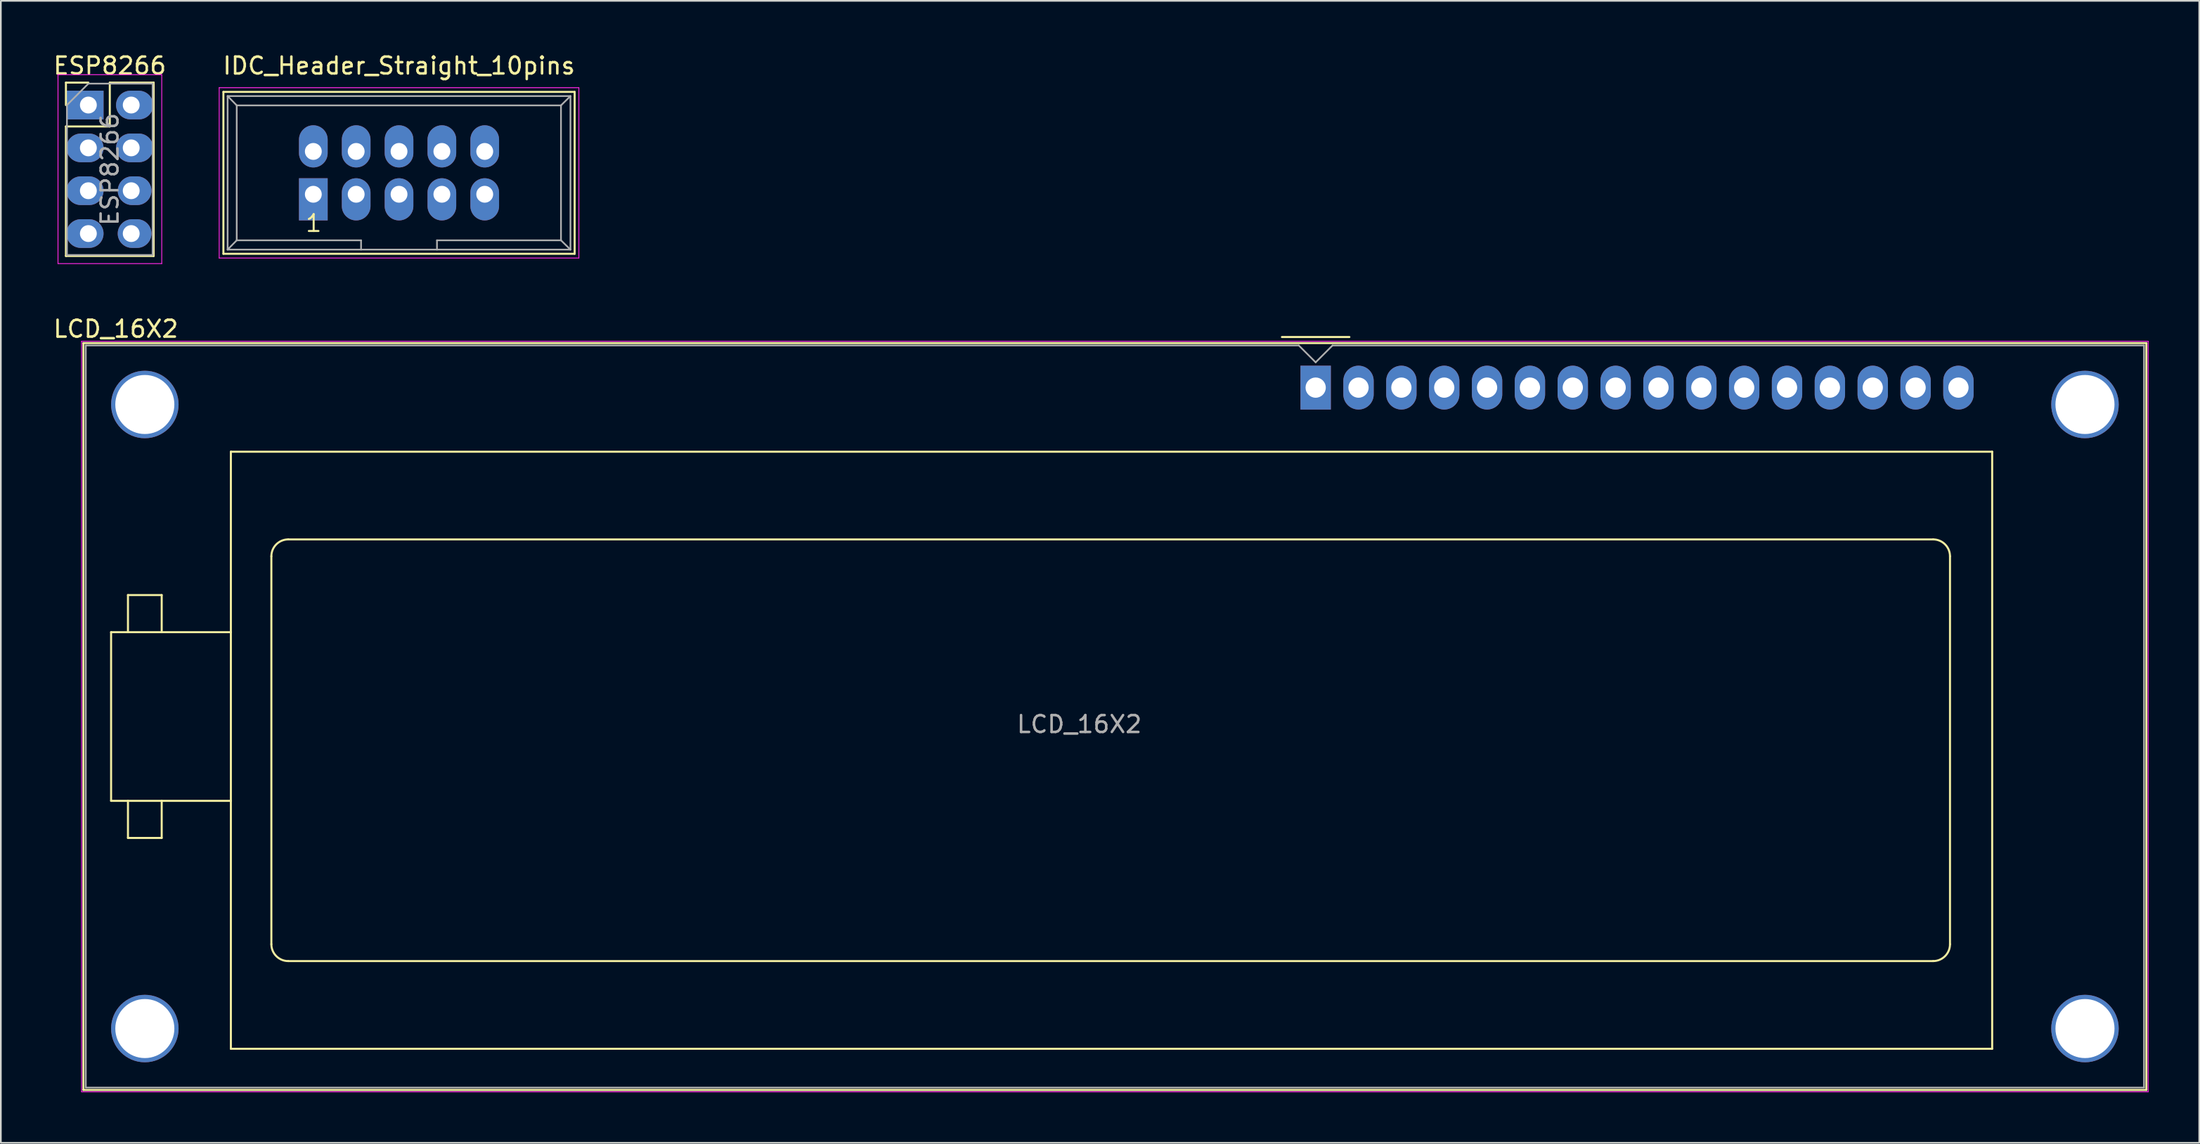
<source format=kicad_pcb>
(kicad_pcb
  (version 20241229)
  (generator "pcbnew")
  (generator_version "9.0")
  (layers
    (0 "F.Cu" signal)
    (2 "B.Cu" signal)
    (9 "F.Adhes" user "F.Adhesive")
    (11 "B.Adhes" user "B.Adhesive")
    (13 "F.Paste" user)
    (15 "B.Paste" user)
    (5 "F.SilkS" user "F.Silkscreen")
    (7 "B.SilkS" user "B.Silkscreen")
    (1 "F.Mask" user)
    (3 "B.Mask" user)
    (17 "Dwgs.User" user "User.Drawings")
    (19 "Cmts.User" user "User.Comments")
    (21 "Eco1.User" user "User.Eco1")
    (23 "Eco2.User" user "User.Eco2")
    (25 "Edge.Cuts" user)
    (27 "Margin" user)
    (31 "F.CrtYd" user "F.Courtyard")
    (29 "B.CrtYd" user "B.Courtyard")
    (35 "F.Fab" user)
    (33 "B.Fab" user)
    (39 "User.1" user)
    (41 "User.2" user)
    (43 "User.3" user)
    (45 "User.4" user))
  (footprint "LCD_16X2"
    (layer "F.Cu")
    (at 74.935 19.931)
    (property "Reference" "LCD_16X2" (at -71.12 -3.48 0) (layer "F.SilkS") (effects (font (size 1 1) (thickness 0.15))))
    (attr through_hole)
    (fp_line (start -73.04 -2.64) (end -73.04 41.64) (stroke (width 0.12) (type solid)) (layer "F.SilkS"))
    (fp_line (start -73.04 -2.64) (end 49.24 -2.64) (stroke (width 0.12) (type solid)) (layer "F.SilkS"))
    (fp_line (start -71.4 14.5) (end -64.3 14.5) (stroke (width 0.12) (type solid)) (layer "F.SilkS"))
    (fp_line (start -71.4 24.5) (end -71.4 14.5) (stroke (width 0.12) (type solid)) (layer "F.SilkS"))
    (fp_line (start -70.4 12.3) (end -70.4 14.5) (stroke (width 0.12) (type solid)) (layer "F.SilkS"))
    (fp_line (start -70.4 26.7) (end -70.4 24.5) (stroke (width 0.12) (type solid)) (layer "F.SilkS"))
    (fp_line (start -68.4 12.3) (end -70.4 12.3) (stroke (width 0.12) (type solid)) (layer "F.SilkS"))
    (fp_line (start -68.4 14.5) (end -68.4 12.3) (stroke (width 0.12) (type solid)) (layer "F.SilkS"))
    (fp_line (start -68.4 24.5) (end -68.4 26.7) (stroke (width 0.12) (type solid)) (layer "F.SilkS"))
    (fp_line (start -68.4 26.7) (end -70.4 26.7) (stroke (width 0.12) (type solid)) (layer "F.SilkS"))
    (fp_line (start -64.3 3.8) (end 40.1 3.8) (stroke (width 0.12) (type solid)) (layer "F.SilkS"))
    (fp_line (start -64.3 24.5) (end -71.4 24.5) (stroke (width 0.12) (type solid)) (layer "F.SilkS"))
    (fp_line (start -64.3 39.2) (end -64.3 3.8) (stroke (width 0.12) (type solid)) (layer "F.SilkS"))
    (fp_line (start -61.9 33) (end -61.9 10) (stroke (width 0.12) (type solid)) (layer "F.SilkS"))
    (fp_line (start -60.9 9) (end 36.6 9) (stroke (width 0.12) (type solid)) (layer "F.SilkS"))
    (fp_line (start -2 -3) (end 2 -3) (stroke (width 0.12) (type solid)) (layer "F.SilkS"))
    (fp_line (start 36.6 34) (end -60.9 34) (stroke (width 0.12) (type solid)) (layer "F.SilkS"))
    (fp_line (start 37.6 10) (end 37.6 33) (stroke (width 0.12) (type solid)) (layer "F.SilkS"))
    (fp_line (start 40.1 3.8) (end 40.1 39.2) (stroke (width 0.12) (type solid)) (layer "F.SilkS"))
    (fp_line (start 40.1 39.2) (end -64.3 39.2) (stroke (width 0.12) (type solid)) (layer "F.SilkS"))
    (fp_line (start 49.24 -2.64) (end 49.24 41.64) (stroke (width 0.12) (type solid)) (layer "F.SilkS"))
    (fp_line (start 49.24 41.64) (end -73.04 41.64) (stroke (width 0.12) (type solid)) (layer "F.SilkS"))
    (fp_arc (start -61.9 10) (mid -61.607107 9.292893) (end -60.9 9) (stroke (width 0.12) (type solid)) (layer "F.SilkS"))
    (fp_arc (start -60.9 34) (mid -61.607107 33.707107) (end -61.9 33) (stroke (width 0.12) (type solid)) (layer "F.SilkS"))
    (fp_arc (start 36.6 9) (mid 37.307107 9.292893) (end 37.6 10) (stroke (width 0.12) (type solid)) (layer "F.SilkS"))
    (fp_arc (start 37.6 33) (mid 37.307107 33.707107) (end 36.6 34) (stroke (width 0.12) (type solid)) (layer "F.SilkS"))
    (fp_line (start -73.15 -2.75) (end -73.15 41.75) (stroke (width 0.05) (type solid)) (layer "F.CrtYd"))
    (fp_line (start -73.15 -2.75) (end 49.35 -2.75) (stroke (width 0.05) (type solid)) (layer "F.CrtYd"))
    (fp_line (start -73.15 41.75) (end 49.35 41.75) (stroke (width 0.05) (type solid)) (layer "F.CrtYd"))
    (fp_line (start 49.35 -2.75) (end 49.35 41.75) (stroke (width 0.05) (type solid)) (layer "F.CrtYd"))
    (fp_line (start -72.9 -2.5) (end -72.9 41.5) (stroke (width 0.1) (type solid)) (layer "F.Fab"))
    (fp_line (start -72.9 41.5) (end 49.1 41.5) (stroke (width 0.1) (type solid)) (layer "F.Fab"))
    (fp_line (start -1 -2.5) (end -72.9 -2.5) (stroke (width 0.1) (type solid)) (layer "F.Fab"))
    (fp_line (start 0 -1.5) (end -1 -2.5) (stroke (width 0.1) (type solid)) (layer "F.Fab"))
    (fp_line (start 1 -2.5) (end 0 -1.5) (stroke (width 0.1) (type solid)) (layer "F.Fab"))
    (fp_line (start 49.1 -2.5) (end 1 -2.5) (stroke (width 0.1) (type solid)) (layer "F.Fab"))
    (fp_line (start 49.1 41.5) (end 49.1 -2.5) (stroke (width 0.1) (type solid)) (layer "F.Fab"))
    (fp_text user "${REFERENCE}" (at -14.01 19.96 0) (layer "F.Fab") (effects (font (size 1 1) (thickness 0.15))))
    (pad "" thru_hole circle (at -69.4 1.001 180) (size 4 4) (drill 3.5) (layers "*.Cu" "*.Mask"))
    (pad "" thru_hole circle (at -69.4 38.001 180) (size 4 4) (drill 3.5) (layers "*.Cu" "*.Mask"))
    (pad "" thru_hole circle (at 45.601 1.001 180) (size 4 4) (drill 3.5) (layers "*.Cu" "*.Mask"))
    (pad "" thru_hole circle (at 45.601 38.001 180) (size 4 4) (drill 3.5) (layers "*.Cu" "*.Mask"))
    (pad "1" thru_hole rect (at 0 0 180) (size 1.8 2.6) (drill 1.2) (layers "*.Cu" "*.Mask"))
    (pad "2" thru_hole oval (at 2.54 0 180) (size 1.8 2.6) (drill 1.2) (layers "*.Cu" "*.Mask"))
    (pad "3" thru_hole oval (at 5.08 0 180) (size 1.8 2.6) (drill 1.2) (layers "*.Cu" "*.Mask"))
    (pad "4" thru_hole oval (at 7.62 0 180) (size 1.8 2.6) (drill 1.2) (layers "*.Cu" "*.Mask"))
    (pad "5" thru_hole oval (at 10.16 0 180) (size 1.8 2.6) (drill 1.2) (layers "*.Cu" "*.Mask"))
    (pad "6" thru_hole oval (at 12.7 0 180) (size 1.8 2.6) (drill 1.2) (layers "*.Cu" "*.Mask"))
    (pad "7" thru_hole oval (at 15.24 0 180) (size 1.8 2.6) (drill 1.2) (layers "*.Cu" "*.Mask"))
    (pad "8" thru_hole oval (at 17.78 0 180) (size 1.8 2.6) (drill 1.2) (layers "*.Cu" "*.Mask"))
    (pad "9" thru_hole oval (at 20.32 0 180) (size 1.8 2.6) (drill 1.2) (layers "*.Cu" "*.Mask"))
    (pad "10" thru_hole oval (at 22.86 0 180) (size 1.8 2.6) (drill 1.2) (layers "*.Cu" "*.Mask"))
    (pad "11" thru_hole oval (at 25.4 0 180) (size 1.8 2.6) (drill 1.2) (layers "*.Cu" "*.Mask"))
    (pad "12" thru_hole oval (at 27.94 0 180) (size 1.8 2.6) (drill 1.2) (layers "*.Cu" "*.Mask"))
    (pad "13" thru_hole oval (at 30.48 0 180) (size 1.8 2.6) (drill 1.2) (layers "*.Cu" "*.Mask"))
    (pad "14" thru_hole oval (at 33.02 0 180) (size 1.8 2.6) (drill 1.2) (layers "*.Cu" "*.Mask"))
    (pad "15" thru_hole oval (at 35.56 0 180) (size 1.8 2.6) (drill 1.2) (layers "*.Cu" "*.Mask"))
    (pad "16" thru_hole oval (at 38.1 0 180) (size 1.8 2.6) (drill 1.2) (layers "*.Cu" "*.Mask")))
  (footprint "IDC_Header_Straight_10pins"
    (layer "F.Cu")
    (at 15.522 8.468)
    (property "Reference" "IDC_Header_Straight_10pins" (at 5.08 -7.62 0) (layer "F.SilkS") (effects (font (size 1 1) (thickness 0.15))))
    (attr through_hole)
    (fp_line (start -5.33 -6.07) (end 15.49 -6.07) (stroke (width 0.12) (type solid)) (layer "F.SilkS"))
    (fp_line (start -5.33 3.53) (end -5.33 -6.07) (stroke (width 0.12) (type solid)) (layer "F.SilkS"))
    (fp_line (start 15.49 -6.07) (end 15.49 3.53) (stroke (width 0.12) (type solid)) (layer "F.SilkS"))
    (fp_line (start 15.49 3.53) (end -5.33 3.53) (stroke (width 0.12) (type solid)) (layer "F.SilkS"))
    (fp_line (start -5.58 -6.32) (end 15.74 -6.32) (stroke (width 0.05) (type solid)) (layer "F.CrtYd"))
    (fp_line (start -5.58 3.78) (end -5.58 -6.32) (stroke (width 0.05) (type solid)) (layer "F.CrtYd"))
    (fp_line (start 15.74 -6.32) (end 15.74 3.78) (stroke (width 0.05) (type solid)) (layer "F.CrtYd"))
    (fp_line (start 15.74 3.78) (end -5.58 3.78) (stroke (width 0.05) (type solid)) (layer "F.CrtYd"))
    (fp_line (start -5.08 -5.82) (end -5.08 3.28) (stroke (width 0.1) (type solid)) (layer "F.Fab"))
    (fp_line (start -5.08 -5.82) (end -4.54 -5.27) (stroke (width 0.1) (type solid)) (layer "F.Fab"))
    (fp_line (start -5.08 -5.82) (end 15.24 -5.82) (stroke (width 0.1) (type solid)) (layer "F.Fab"))
    (fp_line (start -5.08 3.28) (end -4.54 2.73) (stroke (width 0.1) (type solid)) (layer "F.Fab"))
    (fp_line (start -5.08 3.28) (end 15.24 3.28) (stroke (width 0.1) (type solid)) (layer "F.Fab"))
    (fp_line (start -4.54 -5.27) (end -4.54 2.73) (stroke (width 0.1) (type solid)) (layer "F.Fab"))
    (fp_line (start -4.54 -5.27) (end 14.68 -5.27) (stroke (width 0.1) (type solid)) (layer "F.Fab"))
    (fp_line (start -4.54 2.73) (end 2.83 2.73) (stroke (width 0.1) (type solid)) (layer "F.Fab"))
    (fp_line (start 2.83 2.73) (end 2.83 3.28) (stroke (width 0.1) (type solid)) (layer "F.Fab"))
    (fp_line (start 7.33 2.73) (end 7.33 3.28) (stroke (width 0.1) (type solid)) (layer "F.Fab"))
    (fp_line (start 7.33 2.73) (end 14.68 2.73) (stroke (width 0.1) (type solid)) (layer "F.Fab"))
    (fp_line (start 14.68 -5.27) (end 14.68 2.73) (stroke (width 0.1) (type solid)) (layer "F.Fab"))
    (fp_line (start 15.24 -5.82) (end 14.68 -5.27) (stroke (width 0.1) (type solid)) (layer "F.Fab"))
    (fp_line (start 15.24 -5.82) (end 15.24 3.28) (stroke (width 0.1) (type solid)) (layer "F.Fab"))
    (fp_line (start 15.24 3.28) (end 14.68 2.73) (stroke (width 0.1) (type solid)) (layer "F.Fab"))
    (fp_text user "1" (at 0.02 1.72 0) (layer "F.SilkS") (effects (font (size 1 1) (thickness 0.12))))
    (pad "1" thru_hole rect (at 0 0) (size 1.7 2.5) (drill 1 (offset 0 0.3)) (layers "*.Cu" "*.Mask"))
    (pad "2" thru_hole oval (at 0 -2.54) (size 1.7 2.5) (drill 1 (offset 0 -0.3)) (layers "*.Cu" "*.Mask"))
    (pad "3" thru_hole oval (at 2.54 0) (size 1.7 2.5) (drill 1 (offset 0 0.3)) (layers "*.Cu" "*.Mask"))
    (pad "4" thru_hole oval (at 2.54 -2.54) (size 1.7 2.5) (drill 1 (offset 0 -0.3)) (layers "*.Cu" "*.Mask"))
    (pad "5" thru_hole oval (at 5.08 0) (size 1.7 2.5) (drill 1 (offset 0 0.3)) (layers "*.Cu" "*.Mask"))
    (pad "6" thru_hole oval (at 5.08 -2.54) (size 1.7 2.5) (drill 1 (offset 0 -0.3)) (layers "*.Cu" "*.Mask"))
    (pad "7" thru_hole oval (at 7.62 0) (size 1.7 2.5) (drill 1 (offset 0 0.3)) (layers "*.Cu" "*.Mask"))
    (pad "8" thru_hole oval (at 7.62 -2.54) (size 1.7 2.5) (drill 1 (offset 0 -0.3)) (layers "*.Cu" "*.Mask"))
    (pad "9" thru_hole oval (at 10.16 0) (size 1.7 2.5) (drill 1 (offset 0 0.3)) (layers "*.Cu" "*.Mask"))
    (pad "10" thru_hole oval (at 10.16 -2.54) (size 1.7 2.5) (drill 1 (offset 0 -0.3)) (layers "*.Cu" "*.Mask")))
  (footprint "ESP8266"
    (layer "F.Cu")
    (at 2.188 3.178)
    (property "Reference" "ESP8266" (at 1.27 -2.33 0) (layer "F.SilkS") (effects (font (size 1 1) (thickness 0.15))))
    (attr through_hole)
    (fp_line (start -1.33 -1.33) (end 0 -1.33) (stroke (width 0.12) (type solid)) (layer "F.SilkS"))
    (fp_line (start -1.33 0) (end -1.33 -1.33) (stroke (width 0.12) (type solid)) (layer "F.SilkS"))
    (fp_line (start -1.33 1.27) (end -1.33 8.95) (stroke (width 0.12) (type solid)) (layer "F.SilkS"))
    (fp_line (start -1.33 1.27) (end 1.27 1.27) (stroke (width 0.12) (type solid)) (layer "F.SilkS"))
    (fp_line (start -1.33 8.95) (end 3.87 8.95) (stroke (width 0.12) (type solid)) (layer "F.SilkS"))
    (fp_line (start 1.27 -1.33) (end 3.87 -1.33) (stroke (width 0.12) (type solid)) (layer "F.SilkS"))
    (fp_line (start 1.27 1.27) (end 1.27 -1.33) (stroke (width 0.12) (type solid)) (layer "F.SilkS"))
    (fp_line (start 3.87 -1.33) (end 3.87 8.95) (stroke (width 0.12) (type solid)) (layer "F.SilkS"))
    (fp_line (start -1.8 -1.8) (end -1.8 9.4) (stroke (width 0.05) (type solid)) (layer "F.CrtYd"))
    (fp_line (start -1.8 9.4) (end 4.35 9.4) (stroke (width 0.05) (type solid)) (layer "F.CrtYd"))
    (fp_line (start 4.35 -1.8) (end -1.8 -1.8) (stroke (width 0.05) (type solid)) (layer "F.CrtYd"))
    (fp_line (start 4.35 9.4) (end 4.35 -1.8) (stroke (width 0.05) (type solid)) (layer "F.CrtYd"))
    (fp_line (start -1.27 0) (end 0 -1.27) (stroke (width 0.1) (type solid)) (layer "F.Fab"))
    (fp_line (start -1.27 8.89) (end -1.27 0) (stroke (width 0.1) (type solid)) (layer "F.Fab"))
    (fp_line (start 0 -1.27) (end 3.81 -1.27) (stroke (width 0.1) (type solid)) (layer "F.Fab"))
    (fp_line (start 3.81 -1.27) (end 3.81 8.89) (stroke (width 0.1) (type solid)) (layer "F.Fab"))
    (fp_line (start 3.81 8.89) (end -1.27 8.89) (stroke (width 0.1) (type solid)) (layer "F.Fab"))
    (fp_text user "${REFERENCE}" (at 1.27 3.81 90) (layer "F.Fab") (effects (font (size 1 1) (thickness 0.15))))
    (pad "1" thru_hole rect (at 0 0) (size 2.2 1.7) (drill 1 (offset -0.2 0)) (layers "*.Cu" "*.Mask"))
    (pad "2" thru_hole oval (at 0 2.54) (size 2.2 1.7) (drill 1 (offset -0.2 0)) (layers "*.Cu" "*.Mask"))
    (pad "3" thru_hole oval (at 0 5.08) (size 2.2 1.7) (drill 1 (offset -0.2 0)) (layers "*.Cu" "*.Mask"))
    (pad "4" thru_hole oval (at 0 7.62) (size 2.2 1.7) (drill 1 (offset -0.2 0)) (layers "*.Cu" "*.Mask"))
    (pad "5" thru_hole oval (at 2.54 7.62) (size 2 1.7) (drill 1 (offset 0.2 0)) (layers "*.Cu" "*.Mask"))
    (pad "6" thru_hole oval (at 2.54 5.08) (size 2 1.7) (drill 1 (offset 0.2 0)) (layers "*.Cu" "*.Mask"))
    (pad "7" thru_hole oval (at 2.54 2.54) (size 2.2 1.7) (drill 1 (offset 0.2 0)) (layers "*.Cu" "*.Mask"))
    (pad "8" thru_hole oval (at 2.54 0) (size 2.2 1.7) (drill 1 (offset 0.2 0)) (layers "*.Cu" "*.Mask")))
  (gr_rect
    (start -3 -3)
    (end 127.31 64.707)
    (stroke (width 0.1) (type default))
    (fill no)
    (layer "Edge.Cuts")))
</source>
